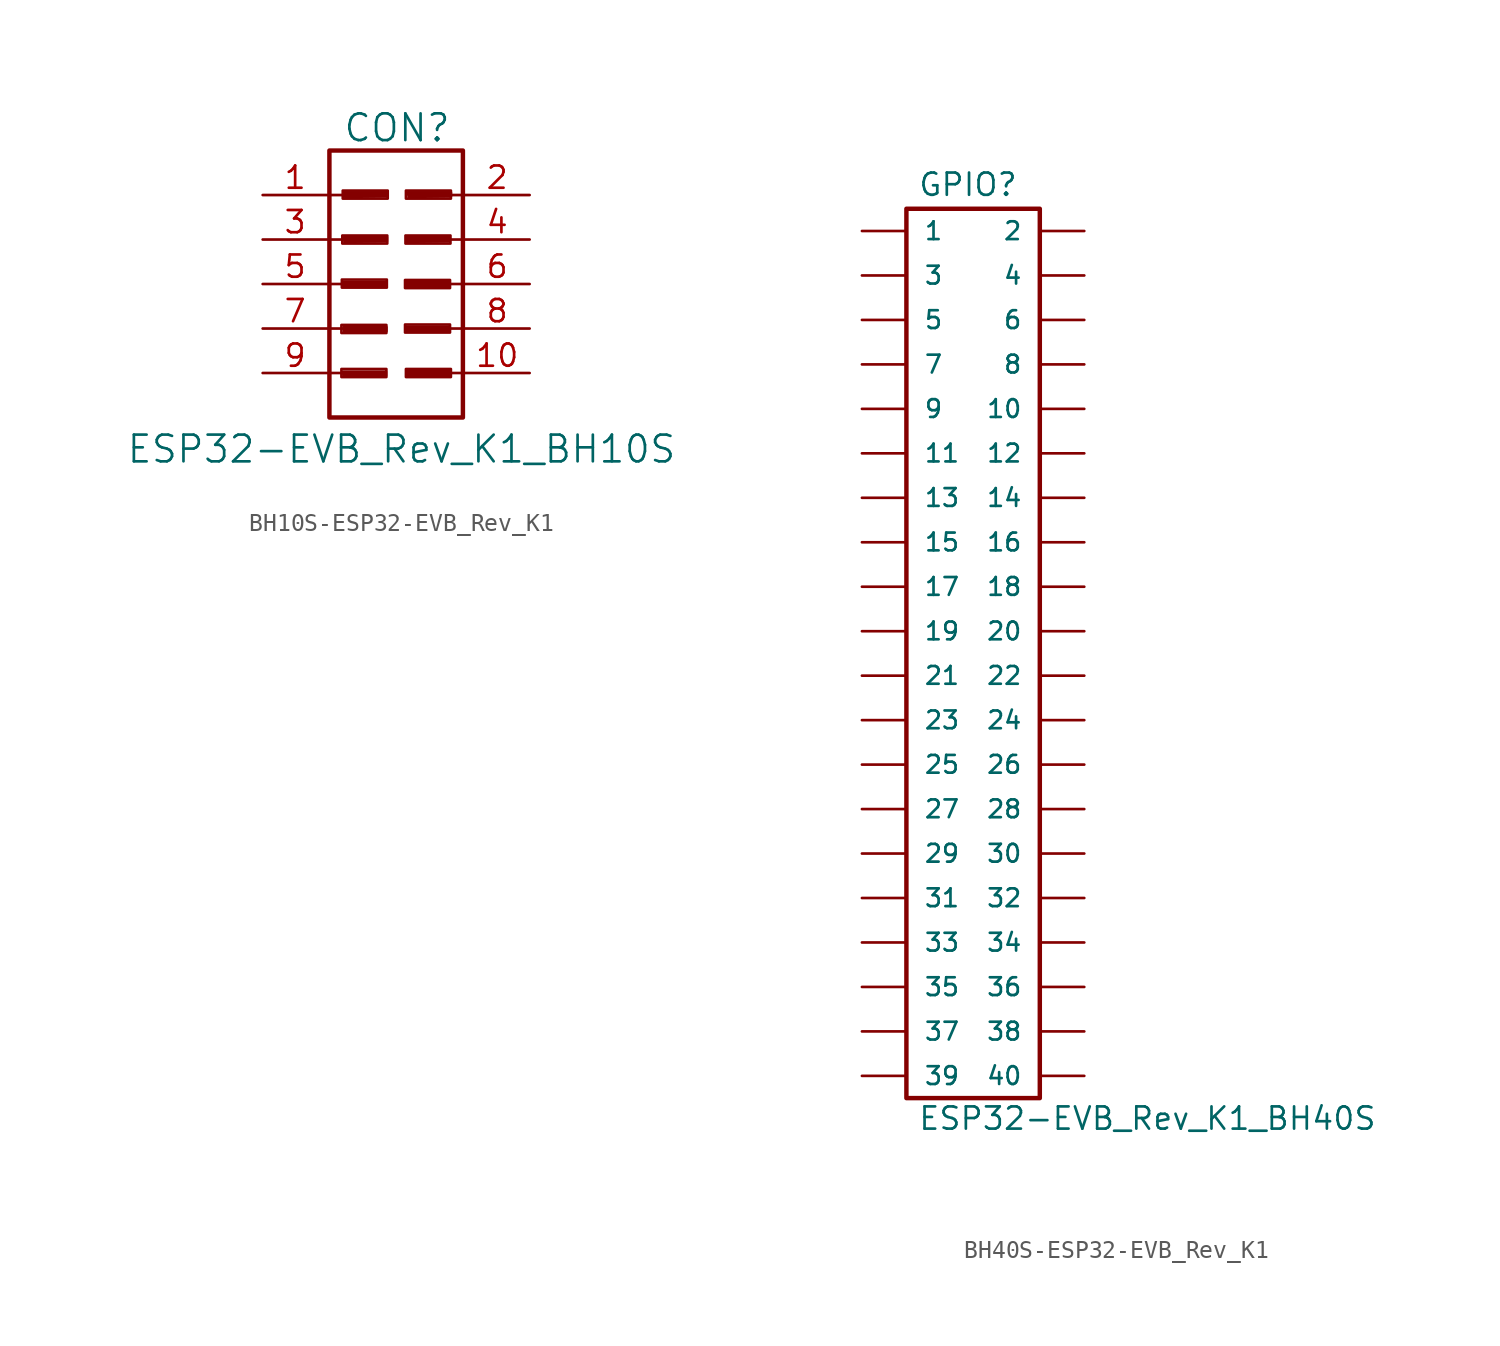
<source format=kicad_sym>
(kicad_symbol_lib
  (version 20231120)
  (generator "kicad_symbol_editor")
  (generator_version "8.0")
  (symbol "BH10S-ESP32-EVB_Rev_K1"
    (pin_names
      (offset 1.016) hide)
    (property "Reference" "CON"
      (at 0.051 8.915 0)
      (effects (font (size 1.524 1.524))))
    (property "Value" "ESP32-EVB_Rev_K1_BH10S"
      (at 0.305 -9.423 0)
      (effects (font (size 1.524 1.524))))
    (property "Footprint" ""
      (at -0.203 -1.194 0)
      (effects (font (size 1.524 1.524))))
    (property "Datasheet" ""
      (at -0.203 -1.194 0)
      (effects (font (size 1.524 1.524))))
    (symbol "BH10S-ESP32-EVB_Rev_K1_0_0"
      (rectangle (start -3.124 -4.851) (end -0.559 -5.309) (stroke (width 0) (type solid)) (fill (type none)))
      (rectangle (start -3.124 -2.337) (end -0.559 -2.794) (stroke (width 0) (type solid)) (fill (type none)))
      (rectangle (start -3.099 0.254) (end -0.533 -0.203) (stroke (width 0) (type solid)) (fill (type none)))
      (rectangle (start -3.073 2.769) (end -0.508 2.311) (stroke (width 0) (type solid)) (fill (type none)))
      (rectangle (start -3.048 5.334) (end -0.483 4.877) (stroke (width 0) (type solid)) (fill (type none)))
      (polyline (pts (xy -3.023 -5.004) (xy -0.584 -5.004) (xy -0.584 -5.232) (xy -2.997 -5.258) (xy -3.023 -5.08) (xy -0.711 -5.08) (xy -0.711 -5.156) (xy -2.997 -5.105)) (stroke (width 0) (type solid)) (fill (type none)))
      (polyline (pts (xy -3.023 0.102) (xy -0.584 0.102) (xy -0.584 -0.127) (xy -2.997 -0.152) (xy -3.023 0.025) (xy -0.711 0.025) (xy -0.711 -0.051) (xy -2.997 0)) (stroke (width 0) (type solid)) (fill (type none)))
      (polyline (pts (xy -2.997 -2.464) (xy -0.559 -2.464) (xy -0.559 -2.692) (xy -2.972 -2.718) (xy -2.997 -2.54) (xy -0.686 -2.54) (xy -0.686 -2.616) (xy -2.972 -2.565)) (stroke (width 0) (type solid)) (fill (type none)))
      (polyline (pts (xy -2.972 2.667) (xy -0.533 2.667) (xy -0.533 2.438) (xy -2.946 2.413) (xy -2.972 2.591) (xy -0.66 2.591) (xy -0.66 2.515) (xy -2.946 2.565)) (stroke (width 0) (type solid)) (fill (type none)))
      (polyline (pts (xy -2.946 5.232) (xy -0.508 5.232) (xy -0.508 5.004) (xy -2.921 4.978) (xy -2.946 5.156) (xy -0.635 5.156) (xy -0.635 5.08) (xy -2.921 5.131)) (stroke (width 0) (type solid)) (fill (type none)))
      (polyline (pts (xy 0.559 0.102) (xy 2.997 0.102) (xy 2.997 -0.127) (xy 0.584 -0.152) (xy 0.559 0.025) (xy 2.87 0.025) (xy 2.87 -0.051) (xy 0.584 0)) (stroke (width 0) (type solid)) (fill (type none)))
      (polyline (pts (xy 0.584 -2.438) (xy 3.023 -2.438) (xy 3.023 -2.667) (xy 0.61 -2.692) (xy 0.584 -2.515) (xy 2.896 -2.515) (xy 2.896 -2.591) (xy 0.61 -2.54)) (stroke (width 0) (type solid)) (fill (type none)))
      (polyline (pts (xy 0.584 2.667) (xy 3.023 2.667) (xy 3.023 2.438) (xy 0.61 2.413) (xy 0.584 2.591) (xy 2.896 2.591) (xy 2.896 2.515) (xy 0.61 2.565)) (stroke (width 0) (type solid)) (fill (type none)))
      (polyline (pts (xy 0.635 -4.953) (xy 3.073 -4.953) (xy 3.073 -5.182) (xy 0.66 -5.207) (xy 0.635 -5.029) (xy 2.946 -5.029) (xy 2.946 -5.105) (xy 0.66 -5.055)) (stroke (width 0) (type solid)) (fill (type none)))
      (polyline (pts (xy 0.686 5.232) (xy 3.124 5.232) (xy 3.124 5.004) (xy 0.711 4.978) (xy 0.686 5.156) (xy 2.997 5.156) (xy 2.997 5.08) (xy 0.711 5.131)) (stroke (width 0) (type solid)) (fill (type none)))
      (rectangle (start 0.508 -2.311) (end 3.073 -2.769) (stroke (width 0) (type solid)) (fill (type none)))
      (rectangle (start 0.508 0.229) (end 3.073 -0.229) (stroke (width 0) (type solid)) (fill (type none)))
      (rectangle (start 0.533 2.769) (end 3.099 2.311) (stroke (width 0) (type solid)) (fill (type none)))
      (rectangle (start 0.559 -4.851) (end 3.124 -5.309) (stroke (width 0) (type solid)) (fill (type none)))
      (rectangle (start 0.559 5.334) (end 3.124 4.877) (stroke (width 0) (type solid)) (fill (type none))))
    (symbol "BH10S-ESP32-EVB_Rev_K1_0_1"
      (rectangle (start -3.81 7.62) (end 3.81 -7.62) (stroke (width 0.254) (type solid)) (fill (type none)))
      (polyline (pts (xy -3.81 -5.08) (xy -3.048 -5.08)) (stroke (width 0) (type solid)) (fill (type none)))
      (polyline (pts (xy -3.81 -2.54) (xy -3.048 -2.54)) (stroke (width 0) (type solid)) (fill (type none)))
      (polyline (pts (xy -3.81 0) (xy -3.048 0)) (stroke (width 0) (type solid)) (fill (type none)))
      (polyline (pts (xy -3.81 2.54) (xy -3.048 2.54)) (stroke (width 0) (type solid)) (fill (type none)))
      (polyline (pts (xy -3.81 5.08) (xy -3.048 5.08)) (stroke (width 0) (type solid)) (fill (type none)))
      (polyline (pts (xy 3.81 -5.08) (xy 3.048 -5.08)) (stroke (width 0) (type solid)) (fill (type none)))
      (polyline (pts (xy 3.81 -2.54) (xy 3.048 -2.54)) (stroke (width 0) (type solid)) (fill (type none)))
      (polyline (pts (xy 3.81 0) (xy 3.048 0)) (stroke (width 0) (type solid)) (fill (type none)))
      (polyline (pts (xy 3.81 2.54) (xy 3.048 2.54)) (stroke (width 0) (type solid)) (fill (type none)))
      (polyline (pts (xy 3.81 5.08) (xy 3.048 5.08)) (stroke (width 0) (type solid)) (fill (type none))))
    (symbol "BH10S-ESP32-EVB_Rev_K1_1_1"
      (pin passive line (at -7.62 5.08 0) (length 3.708) (name "1" (effects (font (size 1.27 1.27)))) (number "1" (effects (font (size 1.27 1.27)))))
      (pin passive line (at 7.62 -5.08 180) (length 3.708) (name "10" (effects (font (size 1.27 1.27)))) (number "10" (effects (font (size 1.27 1.27)))))
      (pin passive line (at 7.62 5.08 180) (length 3.708) (name "2" (effects (font (size 1.27 1.27)))) (number "2" (effects (font (size 1.27 1.27)))))
      (pin passive line (at -7.62 2.54 0) (length 3.708) (name "3" (effects (font (size 1.27 1.27)))) (number "3" (effects (font (size 1.27 1.27)))))
      (pin passive line (at 7.62 2.54 180) (length 3.708) (name "4" (effects (font (size 1.27 1.27)))) (number "4" (effects (font (size 1.27 1.27)))))
      (pin passive line (at -7.62 0 0) (length 3.708) (name "5" (effects (font (size 1.27 1.27)))) (number "5" (effects (font (size 1.27 1.27)))))
      (pin passive line (at 7.62 0 180) (length 3.708) (name "6" (effects (font (size 1.27 1.27)))) (number "6" (effects (font (size 1.27 1.27)))))
      (pin passive line (at -7.62 -2.54 0) (length 3.708) (name "7" (effects (font (size 1.27 1.27)))) (number "7" (effects (font (size 1.27 1.27)))))
      (pin passive line (at 7.62 -2.54 180) (length 3.708) (name "8" (effects (font (size 1.27 1.27)))) (number "8" (effects (font (size 1.27 1.27)))))
      (pin passive line (at -7.62 -5.08 0) (length 3.708) (name "9" (effects (font (size 1.27 1.27)))) (number "9" (effects (font (size 1.27 1.27)))))))
  (symbol "BH40S-ESP32-EVB_Rev_K1"
    (pin_numbers hide)
    (pin_names
      (offset 1.016))
    (property "Reference" "GPIO"
      (at -4.445 27.305 0)
      (effects (font (size 1.27 1.27)) (justify left bottom)))
    (property "Value" "ESP32-EVB_Rev_K1_BH40S"
      (at -4.445 -26.035 0)
      (effects (font (size 1.27 1.27)) (justify left bottom)))
    (property "Datasheet" ""
      (at 0 2.54 0)
      (effects (font (size 1.524 1.524))))
    (property "ki_locked" ""
      (at 0 0 0)
      (effects (font (size 1.27 1.27))))
    (symbol "BH40S-ESP32-EVB_Rev_K1_1_0"
      (rectangle (start 2.54 -24.13) (end -5.08 26.67) (stroke (width 0.254) (type solid)) (fill (type none))))
    (symbol "BH40S-ESP32-EVB_Rev_K1_1_1"
      (pin passive line (at -7.62 25.4 0) (length 2.489) (name "1" (effects (font (size 1.016 1.016)))) (number "1" (effects (font (size 1.016 1.016)))))
      (pin passive line (at 5.08 15.24 180) (length 2.489) (name "10" (effects (font (size 1.016 1.016)))) (number "10" (effects (font (size 1.016 1.016)))))
      (pin passive line (at -7.62 12.7 0) (length 2.489) (name "11" (effects (font (size 1.016 1.016)))) (number "11" (effects (font (size 1.016 1.016)))))
      (pin passive line (at 5.08 12.7 180) (length 2.489) (name "12" (effects (font (size 1.016 1.016)))) (number "12" (effects (font (size 1.016 1.016)))))
      (pin passive line (at -7.62 10.16 0) (length 2.489) (name "13" (effects (font (size 1.016 1.016)))) (number "13" (effects (font (size 1.016 1.016)))))
      (pin passive line (at 5.08 10.16 180) (length 2.489) (name "14" (effects (font (size 1.016 1.016)))) (number "14" (effects (font (size 1.016 1.016)))))
      (pin passive line (at -7.62 7.62 0) (length 2.489) (name "15" (effects (font (size 1.016 1.016)))) (number "15" (effects (font (size 1.016 1.016)))))
      (pin passive line (at 5.08 7.62 180) (length 2.489) (name "16" (effects (font (size 1.016 1.016)))) (number "16" (effects (font (size 1.016 1.016)))))
      (pin passive line (at -7.62 5.08 0) (length 2.489) (name "17" (effects (font (size 1.016 1.016)))) (number "17" (effects (font (size 1.016 1.016)))))
      (pin passive line (at 5.08 5.08 180) (length 2.489) (name "18" (effects (font (size 1.016 1.016)))) (number "18" (effects (font (size 1.016 1.016)))))
      (pin passive line (at -7.62 2.54 0) (length 2.489) (name "19" (effects (font (size 1.016 1.016)))) (number "19" (effects (font (size 1.016 1.016)))))
      (pin passive line (at 5.08 25.4 180) (length 2.489) (name "2" (effects (font (size 1.016 1.016)))) (number "2" (effects (font (size 1.016 1.016)))))
      (pin passive line (at 5.08 2.54 180) (length 2.489) (name "20" (effects (font (size 1.016 1.016)))) (number "20" (effects (font (size 1.016 1.016)))))
      (pin passive line (at -7.62 0 0) (length 2.489) (name "21" (effects (font (size 1.016 1.016)))) (number "21" (effects (font (size 1.016 1.016)))))
      (pin passive line (at 5.08 0 180) (length 2.489) (name "22" (effects (font (size 1.016 1.016)))) (number "22" (effects (font (size 1.016 1.016)))))
      (pin passive line (at -7.62 -2.54 0) (length 2.489) (name "23" (effects (font (size 1.016 1.016)))) (number "23" (effects (font (size 1.016 1.016)))))
      (pin passive line (at 5.08 -2.54 180) (length 2.489) (name "24" (effects (font (size 1.016 1.016)))) (number "24" (effects (font (size 1.016 1.016)))))
      (pin passive line (at -7.62 -5.08 0) (length 2.489) (name "25" (effects (font (size 1.016 1.016)))) (number "25" (effects (font (size 1.016 1.016)))))
      (pin passive line (at 5.08 -5.08 180) (length 2.489) (name "26" (effects (font (size 1.016 1.016)))) (number "26" (effects (font (size 1.016 1.016)))))
      (pin passive line (at -7.62 -7.62 0) (length 2.489) (name "27" (effects (font (size 1.016 1.016)))) (number "27" (effects (font (size 1.016 1.016)))))
      (pin passive line (at 5.08 -7.62 180) (length 2.489) (name "28" (effects (font (size 1.016 1.016)))) (number "28" (effects (font (size 1.016 1.016)))))
      (pin passive line (at -7.62 -10.16 0) (length 2.489) (name "29" (effects (font (size 1.016 1.016)))) (number "29" (effects (font (size 1.016 1.016)))))
      (pin passive line (at -7.62 22.86 0) (length 2.489) (name "3" (effects (font (size 1.016 1.016)))) (number "3" (effects (font (size 1.016 1.016)))))
      (pin passive line (at 5.08 -10.16 180) (length 2.489) (name "30" (effects (font (size 1.016 1.016)))) (number "30" (effects (font (size 1.016 1.016)))))
      (pin passive line (at -7.62 -12.7 0) (length 2.489) (name "31" (effects (font (size 1.016 1.016)))) (number "31" (effects (font (size 1.016 1.016)))))
      (pin passive line (at 5.08 -12.7 180) (length 2.489) (name "32" (effects (font (size 1.016 1.016)))) (number "32" (effects (font (size 1.016 1.016)))))
      (pin passive line (at -7.62 -15.24 0) (length 2.489) (name "33" (effects (font (size 1.016 1.016)))) (number "33" (effects (font (size 1.016 1.016)))))
      (pin passive line (at 5.08 -15.24 180) (length 2.489) (name "34" (effects (font (size 1.016 1.016)))) (number "34" (effects (font (size 1.016 1.016)))))
      (pin passive line (at -7.62 -17.78 0) (length 2.489) (name "35" (effects (font (size 1.016 1.016)))) (number "35" (effects (font (size 1.016 1.016)))))
      (pin passive line (at 5.08 -17.78 180) (length 2.489) (name "36" (effects (font (size 1.016 1.016)))) (number "36" (effects (font (size 1.016 1.016)))))
      (pin passive line (at -7.62 -20.32 0) (length 2.489) (name "37" (effects (font (size 1.016 1.016)))) (number "37" (effects (font (size 1.016 1.016)))))
      (pin passive line (at 5.08 -20.32 180) (length 2.489) (name "38" (effects (font (size 1.016 1.016)))) (number "38" (effects (font (size 1.016 1.016)))))
      (pin passive line (at -7.62 -22.86 0) (length 2.489) (name "39" (effects (font (size 1.016 1.016)))) (number "39" (effects (font (size 1.016 1.016)))))
      (pin passive line (at 5.08 22.86 180) (length 2.489) (name "4" (effects (font (size 1.016 1.016)))) (number "4" (effects (font (size 1.016 1.016)))))
      (pin passive line (at 5.08 -22.86 180) (length 2.489) (name "40" (effects (font (size 1.016 1.016)))) (number "40" (effects (font (size 1.016 1.016)))))
      (pin passive line (at -7.62 20.32 0) (length 2.489) (name "5" (effects (font (size 1.016 1.016)))) (number "5" (effects (font (size 1.016 1.016)))))
      (pin passive line (at 5.08 20.32 180) (length 2.489) (name "6" (effects (font (size 1.016 1.016)))) (number "6" (effects (font (size 1.016 1.016)))))
      (pin passive line (at -7.62 17.78 0) (length 2.489) (name "7" (effects (font (size 1.016 1.016)))) (number "7" (effects (font (size 1.016 1.016)))))
      (pin passive line (at 5.08 17.78 180) (length 2.489) (name "8" (effects (font (size 1.016 1.016)))) (number "8" (effects (font (size 1.016 1.016)))))
      (pin passive line (at -7.62 15.24 0) (length 2.489) (name "9" (effects (font (size 1.016 1.016)))) (number "9" (effects (font (size 1.016 1.016))))))))
</source>
